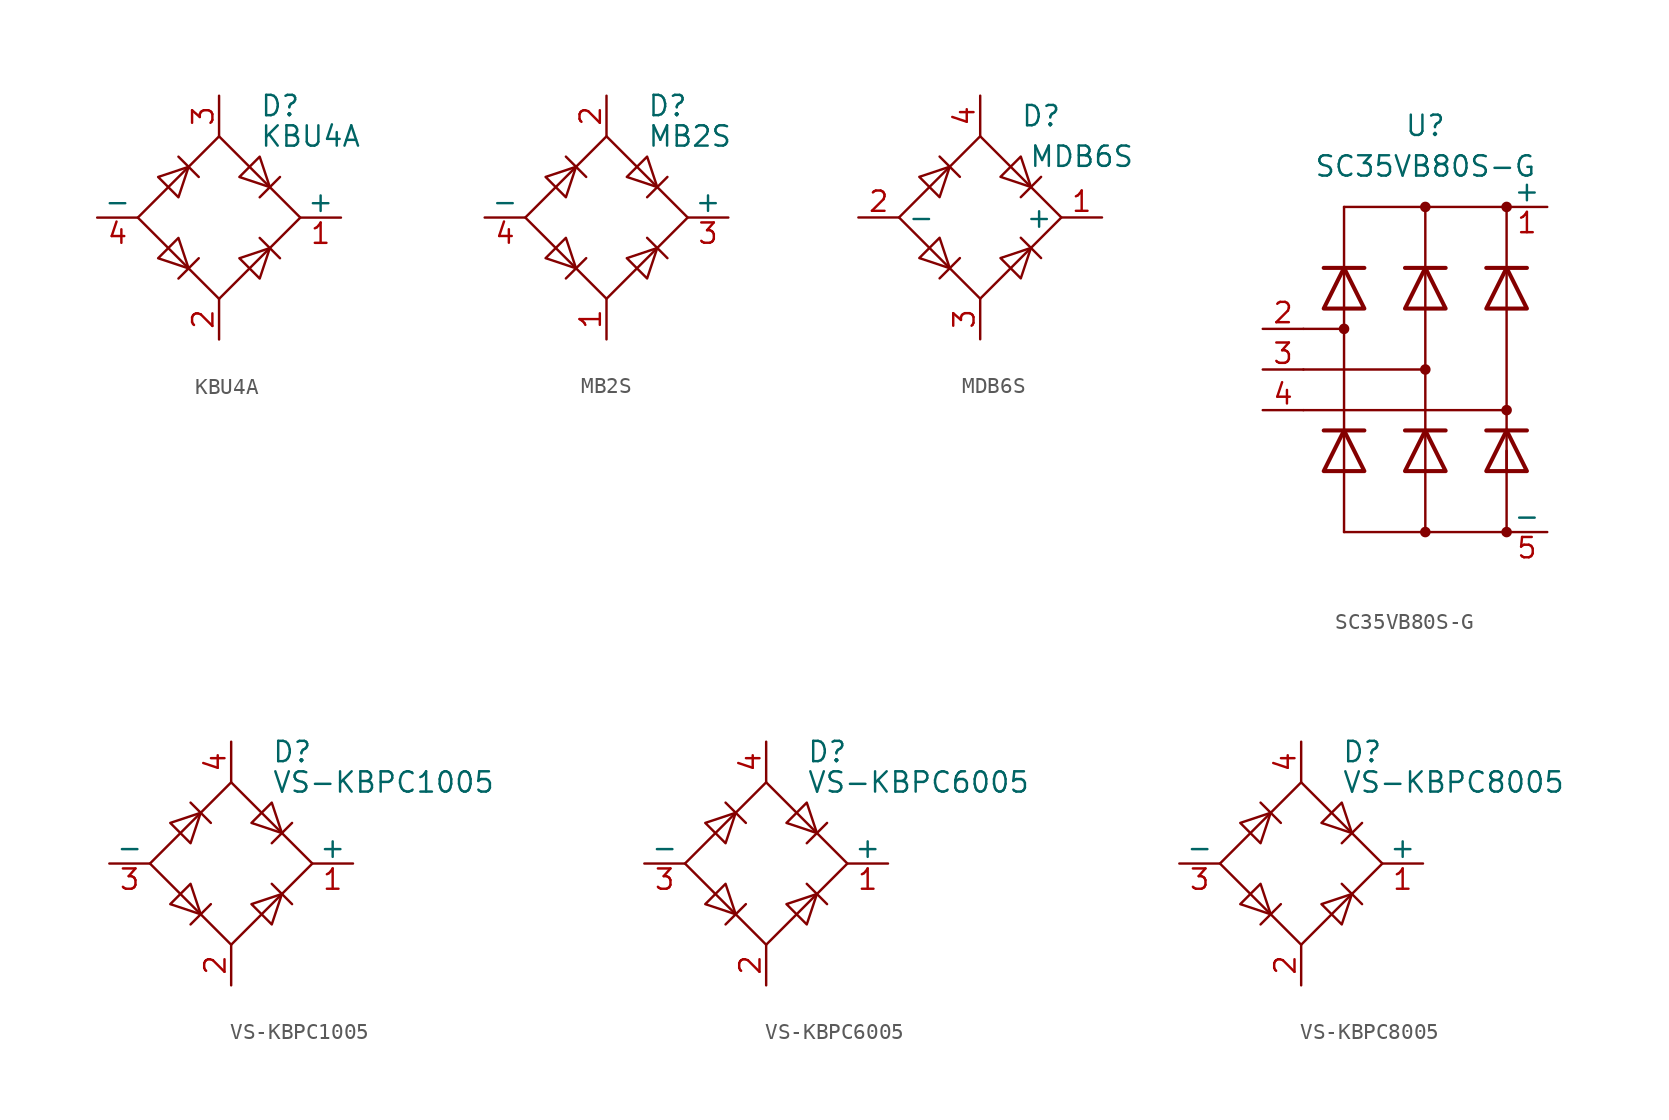
<source format=kicad_sym>
(kicad_symbol_lib
  (version 20201005)
  (generator kicad_symbol_editor)
  (symbol "Diode_Bridge:KBU4A"
    (pin_names
      (offset 0))
    (property "Reference" "D"
      (at 2.54 6.985 0)
      (effects (font (size 1.27 1.27)) (justify left)))
    (property "Value" "KBU4A"
      (at 2.54 5.08 0)
      (effects (font (size 1.27 1.27)) (justify left)))
    (symbol "KBU4A_0_1"
      (polyline (pts (xy -2.54 3.81) (xy -1.27 2.54)) (stroke (width 0)) (fill (type none)))
      (polyline (pts (xy -1.27 -2.54) (xy -2.54 -3.81)) (stroke (width 0)) (fill (type none)))
      (polyline (pts (xy 2.54 -1.27) (xy 3.81 -2.54)) (stroke (width 0)) (fill (type none)))
      (polyline (pts (xy 2.54 1.27) (xy 3.81 2.54)) (stroke (width 0)) (fill (type none)))
      (polyline (pts (xy -3.81 2.54) (xy -2.54 1.27) (xy -1.905 3.175) (xy -3.81 2.54)) (stroke (width 0)) (fill (type none)))
      (polyline (pts (xy -2.54 -1.27) (xy -3.81 -2.54) (xy -1.905 -3.175) (xy -2.54 -1.27)) (stroke (width 0)) (fill (type none)))
      (polyline (pts (xy 1.27 2.54) (xy 2.54 3.81) (xy 3.175 1.905) (xy 1.27 2.54)) (stroke (width 0)) (fill (type none)))
      (polyline (pts (xy 3.175 -1.905) (xy 1.27 -2.54) (xy 2.54 -3.81) (xy 3.175 -1.905)) (stroke (width 0)) (fill (type none)))
      (polyline (pts (xy -5.08 0) (xy 0 -5.08) (xy 5.08 0) (xy 0 5.08) (xy -5.08 0)) (stroke (width 0)) (fill (type none))))
    (symbol "KBU4A_1_1"
      (pin passive line (at 7.62 0 180) (length 2.54) (name "+" (effects (font (size 1.27 1.27)))) (number "1" (effects (font (size 1.27 1.27)))))
      (pin passive line (at 0 -7.62 90) (length 2.54) (name "~~" (effects (font (size 1.27 1.27)))) (number "2" (effects (font (size 1.27 1.27)))))
      (pin passive line (at 0 7.62 270) (length 2.54) (name "~~" (effects (font (size 1.27 1.27)))) (number "3" (effects (font (size 1.27 1.27)))))
      (pin passive line (at -7.62 0 0) (length 2.54) (name "-" (effects (font (size 1.27 1.27)))) (number "4" (effects (font (size 1.27 1.27)))))))
  (symbol "Diode_Bridge:MB2S"
    (pin_names
      (offset 0))
    (property "Reference" "D"
      (at 2.54 6.985 0)
      (effects (font (size 1.27 1.27)) (justify left)))
    (property "Value" "MB2S"
      (at 2.54 5.08 0)
      (effects (font (size 1.27 1.27)) (justify left)))
    (symbol "MB2S_0_1"
      (polyline (pts (xy -2.54 3.81) (xy -1.27 2.54)) (stroke (width 0)) (fill (type none)))
      (polyline (pts (xy -1.27 -2.54) (xy -2.54 -3.81)) (stroke (width 0)) (fill (type none)))
      (polyline (pts (xy 2.54 -1.27) (xy 3.81 -2.54)) (stroke (width 0)) (fill (type none)))
      (polyline (pts (xy 2.54 1.27) (xy 3.81 2.54)) (stroke (width 0)) (fill (type none)))
      (polyline (pts (xy -3.81 2.54) (xy -2.54 1.27) (xy -1.905 3.175) (xy -3.81 2.54)) (stroke (width 0)) (fill (type none)))
      (polyline (pts (xy -2.54 -1.27) (xy -3.81 -2.54) (xy -1.905 -3.175) (xy -2.54 -1.27)) (stroke (width 0)) (fill (type none)))
      (polyline (pts (xy 1.27 2.54) (xy 2.54 3.81) (xy 3.175 1.905) (xy 1.27 2.54)) (stroke (width 0)) (fill (type none)))
      (polyline (pts (xy 3.175 -1.905) (xy 1.27 -2.54) (xy 2.54 -3.81) (xy 3.175 -1.905)) (stroke (width 0)) (fill (type none)))
      (polyline (pts (xy -5.08 0) (xy 0 -5.08) (xy 5.08 0) (xy 0 5.08) (xy -5.08 0)) (stroke (width 0)) (fill (type none))))
    (symbol "MB2S_1_1"
      (pin passive line (at 0 -7.62 90) (length 2.54) (name "~~" (effects (font (size 1.27 1.27)))) (number "1" (effects (font (size 1.27 1.27)))))
      (pin passive line (at 0 7.62 270) (length 2.54) (name "~~" (effects (font (size 1.27 1.27)))) (number "2" (effects (font (size 1.27 1.27)))))
      (pin passive line (at 7.62 0 180) (length 2.54) (name "+" (effects (font (size 1.27 1.27)))) (number "3" (effects (font (size 1.27 1.27)))))
      (pin passive line (at -7.62 0 0) (length 2.54) (name "-" (effects (font (size 1.27 1.27)))) (number "4" (effects (font (size 1.27 1.27)))))))
  (symbol "Diode_Bridge:MDB6S"
    (property "Reference" "D"
      (at 3.81 6.35 0)
      (effects (font (size 1.27 1.27))))
    (property "Value" "MDB6S"
      (at 6.35 3.81 0)
      (effects (font (size 1.27 1.27))))
    (symbol "MDB6S_1_1"
      (polyline (pts (xy -2.54 3.81) (xy -1.27 2.54)) (stroke (width 0)) (fill (type none)))
      (polyline (pts (xy -1.27 -2.54) (xy -2.54 -3.81)) (stroke (width 0)) (fill (type none)))
      (polyline (pts (xy 2.54 -1.27) (xy 3.81 -2.54)) (stroke (width 0)) (fill (type none)))
      (polyline (pts (xy 2.54 1.27) (xy 3.81 2.54)) (stroke (width 0)) (fill (type none)))
      (polyline (pts (xy -3.81 2.54) (xy -2.54 1.27) (xy -1.905 3.175) (xy -3.81 2.54)) (stroke (width 0)) (fill (type none)))
      (polyline (pts (xy -2.54 -1.27) (xy -3.81 -2.54) (xy -1.905 -3.175) (xy -2.54 -1.27)) (stroke (width 0)) (fill (type none)))
      (polyline (pts (xy 1.27 2.54) (xy 2.54 3.81) (xy 3.175 1.905) (xy 1.27 2.54)) (stroke (width 0)) (fill (type none)))
      (polyline (pts (xy 3.175 -1.905) (xy 1.27 -2.54) (xy 2.54 -3.81) (xy 3.175 -1.905)) (stroke (width 0)) (fill (type none)))
      (polyline (pts (xy -5.08 0) (xy 0 -5.08) (xy 5.08 0) (xy 0 5.08) (xy -5.08 0)) (stroke (width 0)) (fill (type none)))
      (pin passive line (at 7.62 0 180) (length 2.54) (name "+" (effects (font (size 1.27 1.27)))) (number "1" (effects (font (size 1.27 1.27)))))
      (pin passive line (at -7.62 0 0) (length 2.54) (name "-" (effects (font (size 1.27 1.27)))) (number "2" (effects (font (size 1.27 1.27)))))
      (pin passive line (at 0 -7.62 90) (length 2.54) (name "~~" (effects (font (size 1.27 1.27)))) (number "3" (effects (font (size 1.27 1.27)))))
      (pin passive line (at 0 7.62 270) (length 2.54) (name "~~" (effects (font (size 1.27 1.27)))) (number "4" (effects (font (size 1.27 1.27)))))))
  (symbol "Diode_Bridge:SC35VB80S-G"
    (pin_names
      (offset 0))
    (property "Reference" "U"
      (at 0 15.24 0)
      (effects (font (size 1.27 1.27))))
    (property "Value" "SC35VB80S-G"
      (at 0 12.7 0)
      (effects (font (size 1.27 1.27))))
    (symbol "SC35VB80S-G_1_1"
      (circle (center -5.08 2.54) (radius 0.254) (stroke (width 0)) (fill (type outline)))
      (circle (center 0 -10.16) (radius 0.254) (stroke (width 0)) (fill (type outline)))
      (circle (center 0 0) (radius 0.254) (stroke (width 0)) (fill (type outline)))
      (circle (center 0 10.16) (radius 0.254) (stroke (width 0)) (fill (type outline)))
      (circle (center 5.08 -10.16) (radius 0.254) (stroke (width 0)) (fill (type outline)))
      (circle (center 5.08 -2.54) (radius 0.254) (stroke (width 0)) (fill (type outline)))
      (circle (center 5.08 10.16) (radius 0.254) (stroke (width 0)) (fill (type outline)))
      (polyline (pts (xy -7.62 -2.54) (xy 5.08 -2.54)) (stroke (width 0)) (fill (type none)))
      (polyline (pts (xy -7.62 0) (xy 0 0)) (stroke (width 0)) (fill (type none)))
      (polyline (pts (xy -7.62 2.54) (xy -5.08 2.54)) (stroke (width 0)) (fill (type none)))
      (polyline (pts (xy -5.08 -10.16) (xy 5.08 -10.16)) (stroke (width 0)) (fill (type none)))
      (polyline (pts (xy -5.08 -6.35) (xy -5.08 -10.16)) (stroke (width 0)) (fill (type none)))
      (polyline (pts (xy -5.08 -6.35) (xy -5.08 -3.81)) (stroke (width 0)) (fill (type none)))
      (polyline (pts (xy -5.08 3.81) (xy -5.08 -3.81)) (stroke (width 0)) (fill (type none)))
      (polyline (pts (xy -5.08 3.81) (xy -5.08 6.35)) (stroke (width 0)) (fill (type none)))
      (polyline (pts (xy -5.08 10.16) (xy -5.08 6.35)) (stroke (width 0)) (fill (type none)))
      (polyline (pts (xy -5.08 10.16) (xy 5.08 10.16)) (stroke (width 0)) (fill (type none)))
      (polyline (pts (xy -3.81 -3.81) (xy -6.35 -3.81)) (stroke (width 0.254)) (fill (type none)))
      (polyline (pts (xy -3.81 6.35) (xy -6.35 6.35)) (stroke (width 0.254)) (fill (type none)))
      (polyline (pts (xy 0 -6.35) (xy 0 -10.16)) (stroke (width 0)) (fill (type none)))
      (polyline (pts (xy 0 -6.35) (xy 0 -3.81)) (stroke (width 0)) (fill (type none)))
      (polyline (pts (xy 0 3.81) (xy 0 -3.81)) (stroke (width 0)) (fill (type none)))
      (polyline (pts (xy 0 3.81) (xy 0 6.35)) (stroke (width 0)) (fill (type none)))
      (polyline (pts (xy 0 6.35) (xy 0 10.16)) (stroke (width 0)) (fill (type none)))
      (polyline (pts (xy 1.27 -3.81) (xy -1.27 -3.81)) (stroke (width 0.254)) (fill (type none)))
      (polyline (pts (xy 1.27 6.35) (xy -1.27 6.35)) (stroke (width 0.254)) (fill (type none)))
      (polyline (pts (xy 5.08 -10.16) (xy 5.08 -5.08)) (stroke (width 0)) (fill (type none)))
      (polyline (pts (xy 5.08 -6.35) (xy 5.08 -3.81)) (stroke (width 0)) (fill (type none)))
      (polyline (pts (xy 5.08 3.81) (xy 5.08 -3.81)) (stroke (width 0)) (fill (type none)))
      (polyline (pts (xy 5.08 3.81) (xy 5.08 6.35)) (stroke (width 0)) (fill (type none)))
      (polyline (pts (xy 5.08 10.16) (xy 5.08 6.35)) (stroke (width 0)) (fill (type none)))
      (polyline (pts (xy 6.35 -3.81) (xy 3.81 -3.81)) (stroke (width 0.254)) (fill (type none)))
      (polyline (pts (xy 6.35 6.35) (xy 3.81 6.35)) (stroke (width 0.254)) (fill (type none)))
      (polyline (pts (xy -3.81 -6.35) (xy -6.35 -6.35) (xy -5.08 -3.81) (xy -3.81 -6.35)) (stroke (width 0.254)) (fill (type none)))
      (polyline (pts (xy -3.81 3.81) (xy -6.35 3.81) (xy -5.08 6.35) (xy -3.81 3.81)) (stroke (width 0.254)) (fill (type none)))
      (polyline (pts (xy 1.27 -6.35) (xy -1.27 -6.35) (xy 0 -3.81) (xy 1.27 -6.35)) (stroke (width 0.254)) (fill (type none)))
      (polyline (pts (xy 1.27 3.81) (xy -1.27 3.81) (xy 0 6.35) (xy 1.27 3.81)) (stroke (width 0.254)) (fill (type none)))
      (polyline (pts (xy 6.35 -6.35) (xy 3.81 -6.35) (xy 5.08 -3.81) (xy 6.35 -6.35)) (stroke (width 0.254)) (fill (type none)))
      (polyline (pts (xy 6.35 3.81) (xy 3.81 3.81) (xy 5.08 6.35) (xy 6.35 3.81)) (stroke (width 0.254)) (fill (type none)))
      (pin passive line (at 7.62 10.16 180) (length 2.54) (name "+" (effects (font (size 1.27 1.27)))) (number "1" (effects (font (size 1.27 1.27)))))
      (pin passive line (at -10.16 2.54 0) (length 2.54) (name "~~" (effects (font (size 1.27 1.27)))) (number "2" (effects (font (size 1.27 1.27)))))
      (pin passive line (at -10.16 0 0) (length 2.54) (name "~~" (effects (font (size 1.27 1.27)))) (number "3" (effects (font (size 1.27 1.27)))))
      (pin passive line (at -10.16 -2.54 0) (length 2.54) (name "~~" (effects (font (size 1.27 1.27)))) (number "4" (effects (font (size 1.27 1.27)))))
      (pin passive line (at 7.62 -10.16 180) (length 2.54) (name "-" (effects (font (size 1.27 1.27)))) (number "5" (effects (font (size 1.27 1.27)))))))
  (symbol "Diode_Bridge:VS-KBPC1005"
    (pin_names
      (offset 0))
    (property "Reference" "D"
      (at 2.54 6.985 0)
      (effects (font (size 1.27 1.27)) (justify left)))
    (property "Value" "VS-KBPC1005"
      (at 2.54 5.08 0)
      (effects (font (size 1.27 1.27)) (justify left)))
    (symbol "VS-KBPC1005_0_1"
      (polyline (pts (xy -2.54 3.81) (xy -1.27 2.54)) (stroke (width 0)) (fill (type none)))
      (polyline (pts (xy -1.27 -2.54) (xy -2.54 -3.81)) (stroke (width 0)) (fill (type none)))
      (polyline (pts (xy 2.54 -1.27) (xy 3.81 -2.54)) (stroke (width 0)) (fill (type none)))
      (polyline (pts (xy 2.54 1.27) (xy 3.81 2.54)) (stroke (width 0)) (fill (type none)))
      (polyline (pts (xy -3.81 2.54) (xy -2.54 1.27) (xy -1.905 3.175) (xy -3.81 2.54)) (stroke (width 0)) (fill (type none)))
      (polyline (pts (xy -2.54 -1.27) (xy -3.81 -2.54) (xy -1.905 -3.175) (xy -2.54 -1.27)) (stroke (width 0)) (fill (type none)))
      (polyline (pts (xy 1.27 2.54) (xy 2.54 3.81) (xy 3.175 1.905) (xy 1.27 2.54)) (stroke (width 0)) (fill (type none)))
      (polyline (pts (xy 3.175 -1.905) (xy 1.27 -2.54) (xy 2.54 -3.81) (xy 3.175 -1.905)) (stroke (width 0)) (fill (type none)))
      (polyline (pts (xy -5.08 0) (xy 0 -5.08) (xy 5.08 0) (xy 0 5.08) (xy -5.08 0)) (stroke (width 0)) (fill (type none))))
    (symbol "VS-KBPC1005_1_1"
      (pin passive line (at 7.62 0 180) (length 2.54) (name "+" (effects (font (size 1.27 1.27)))) (number "1" (effects (font (size 1.27 1.27)))))
      (pin passive line (at 0 -7.62 90) (length 2.54) (name "~~" (effects (font (size 1.27 1.27)))) (number "2" (effects (font (size 1.27 1.27)))))
      (pin passive line (at -7.62 0 0) (length 2.54) (name "-" (effects (font (size 1.27 1.27)))) (number "3" (effects (font (size 1.27 1.27)))))
      (pin passive line (at 0 7.62 270) (length 2.54) (name "~~" (effects (font (size 1.27 1.27)))) (number "4" (effects (font (size 1.27 1.27)))))))
  (symbol "Diode_Bridge:VS-KBPC6005"
    (pin_names
      (offset 0))
    (property "Reference" "D"
      (at 2.54 6.985 0)
      (effects (font (size 1.27 1.27)) (justify left)))
    (property "Value" "VS-KBPC6005"
      (at 2.54 5.08 0)
      (effects (font (size 1.27 1.27)) (justify left)))
    (symbol "VS-KBPC6005_0_1"
      (polyline (pts (xy -2.54 3.81) (xy -1.27 2.54)) (stroke (width 0)) (fill (type none)))
      (polyline (pts (xy -1.27 -2.54) (xy -2.54 -3.81)) (stroke (width 0)) (fill (type none)))
      (polyline (pts (xy 2.54 -1.27) (xy 3.81 -2.54)) (stroke (width 0)) (fill (type none)))
      (polyline (pts (xy 2.54 1.27) (xy 3.81 2.54)) (stroke (width 0)) (fill (type none)))
      (polyline (pts (xy -3.81 2.54) (xy -2.54 1.27) (xy -1.905 3.175) (xy -3.81 2.54)) (stroke (width 0)) (fill (type none)))
      (polyline (pts (xy -2.54 -1.27) (xy -3.81 -2.54) (xy -1.905 -3.175) (xy -2.54 -1.27)) (stroke (width 0)) (fill (type none)))
      (polyline (pts (xy 1.27 2.54) (xy 2.54 3.81) (xy 3.175 1.905) (xy 1.27 2.54)) (stroke (width 0)) (fill (type none)))
      (polyline (pts (xy 3.175 -1.905) (xy 1.27 -2.54) (xy 2.54 -3.81) (xy 3.175 -1.905)) (stroke (width 0)) (fill (type none)))
      (polyline (pts (xy -5.08 0) (xy 0 -5.08) (xy 5.08 0) (xy 0 5.08) (xy -5.08 0)) (stroke (width 0)) (fill (type none))))
    (symbol "VS-KBPC6005_1_1"
      (pin passive line (at 7.62 0 180) (length 2.54) (name "+" (effects (font (size 1.27 1.27)))) (number "1" (effects (font (size 1.27 1.27)))))
      (pin passive line (at 0 -7.62 90) (length 2.54) (name "~~" (effects (font (size 1.27 1.27)))) (number "2" (effects (font (size 1.27 1.27)))))
      (pin passive line (at -7.62 0 0) (length 2.54) (name "-" (effects (font (size 1.27 1.27)))) (number "3" (effects (font (size 1.27 1.27)))))
      (pin passive line (at 0 7.62 270) (length 2.54) (name "~~" (effects (font (size 1.27 1.27)))) (number "4" (effects (font (size 1.27 1.27)))))))
  (symbol "Diode_Bridge:VS-KBPC8005"
    (pin_names
      (offset 0))
    (property "Reference" "D"
      (at 2.54 6.985 0)
      (effects (font (size 1.27 1.27)) (justify left)))
    (property "Value" "VS-KBPC8005"
      (at 2.54 5.08 0)
      (effects (font (size 1.27 1.27)) (justify left)))
    (symbol "VS-KBPC8005_0_1"
      (polyline (pts (xy -2.54 3.81) (xy -1.27 2.54)) (stroke (width 0)) (fill (type none)))
      (polyline (pts (xy -1.27 -2.54) (xy -2.54 -3.81)) (stroke (width 0)) (fill (type none)))
      (polyline (pts (xy 2.54 -1.27) (xy 3.81 -2.54)) (stroke (width 0)) (fill (type none)))
      (polyline (pts (xy 2.54 1.27) (xy 3.81 2.54)) (stroke (width 0)) (fill (type none)))
      (polyline (pts (xy -3.81 2.54) (xy -2.54 1.27) (xy -1.905 3.175) (xy -3.81 2.54)) (stroke (width 0)) (fill (type none)))
      (polyline (pts (xy -2.54 -1.27) (xy -3.81 -2.54) (xy -1.905 -3.175) (xy -2.54 -1.27)) (stroke (width 0)) (fill (type none)))
      (polyline (pts (xy 1.27 2.54) (xy 2.54 3.81) (xy 3.175 1.905) (xy 1.27 2.54)) (stroke (width 0)) (fill (type none)))
      (polyline (pts (xy 3.175 -1.905) (xy 1.27 -2.54) (xy 2.54 -3.81) (xy 3.175 -1.905)) (stroke (width 0)) (fill (type none)))
      (polyline (pts (xy -5.08 0) (xy 0 -5.08) (xy 5.08 0) (xy 0 5.08) (xy -5.08 0)) (stroke (width 0)) (fill (type none))))
    (symbol "VS-KBPC8005_1_1"
      (pin passive line (at 7.62 0 180) (length 2.54) (name "+" (effects (font (size 1.27 1.27)))) (number "1" (effects (font (size 1.27 1.27)))))
      (pin passive line (at 0 -7.62 90) (length 2.54) (name "~~" (effects (font (size 1.27 1.27)))) (number "2" (effects (font (size 1.27 1.27)))))
      (pin passive line (at -7.62 0 0) (length 2.54) (name "-" (effects (font (size 1.27 1.27)))) (number "3" (effects (font (size 1.27 1.27)))))
      (pin passive line (at 0 7.62 270) (length 2.54) (name "~~" (effects (font (size 1.27 1.27)))) (number "4" (effects (font (size 1.27 1.27))))))))
</source>
